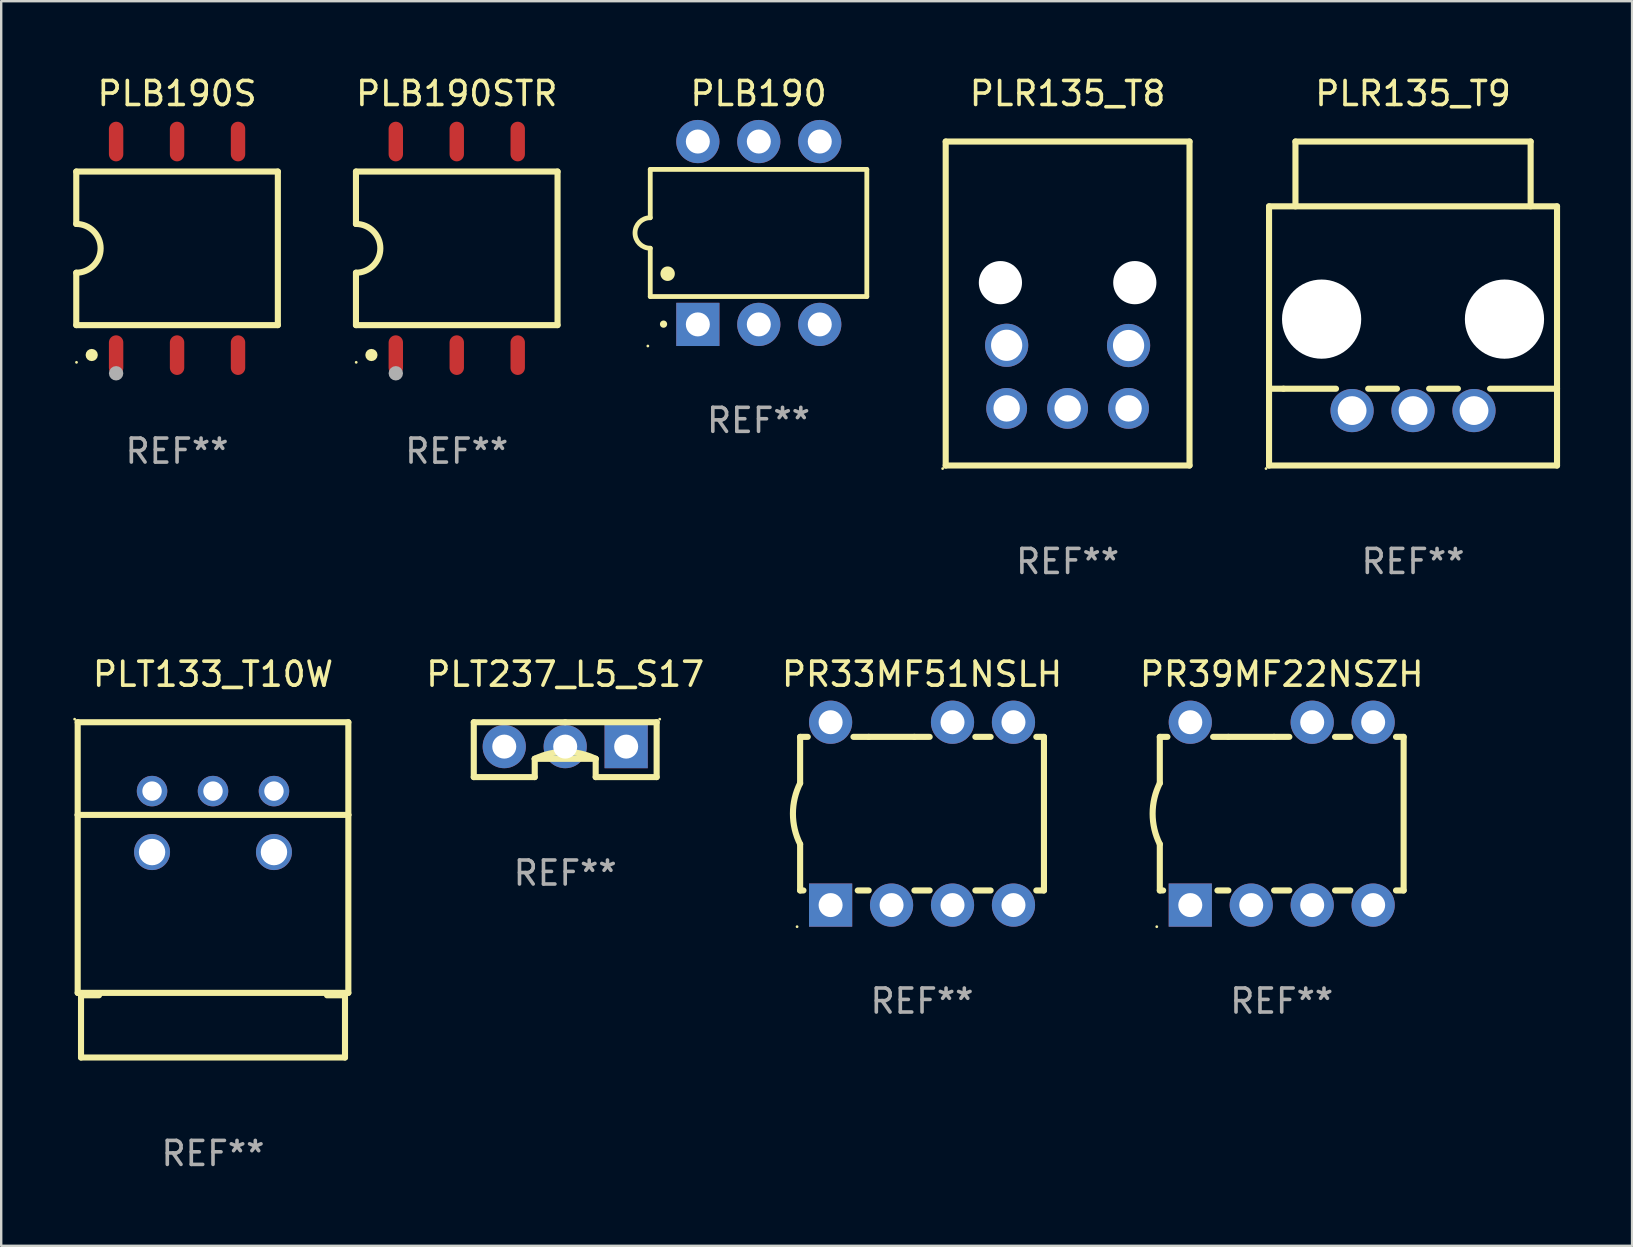
<source format=kicad_pcb>
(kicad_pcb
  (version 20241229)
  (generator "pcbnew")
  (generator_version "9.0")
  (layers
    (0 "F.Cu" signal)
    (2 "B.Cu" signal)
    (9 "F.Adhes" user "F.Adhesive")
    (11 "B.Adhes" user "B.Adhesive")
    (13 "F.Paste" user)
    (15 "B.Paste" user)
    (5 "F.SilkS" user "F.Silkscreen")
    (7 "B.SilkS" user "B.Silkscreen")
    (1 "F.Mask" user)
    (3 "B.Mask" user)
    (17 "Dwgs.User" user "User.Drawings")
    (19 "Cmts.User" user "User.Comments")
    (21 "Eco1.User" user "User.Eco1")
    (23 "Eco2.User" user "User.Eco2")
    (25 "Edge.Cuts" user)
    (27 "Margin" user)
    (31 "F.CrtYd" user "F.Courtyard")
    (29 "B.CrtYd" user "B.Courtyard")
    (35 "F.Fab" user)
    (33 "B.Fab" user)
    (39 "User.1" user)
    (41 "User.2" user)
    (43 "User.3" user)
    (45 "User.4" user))
  (footprint "PR33MF51NSLH"
    (layer "F.Cu")
    (at 35.371 30.855)
    (property "Reference" "PR33MF51NSLH" (at 0 -5.81 0) (layer "F.SilkS") (effects (font (size 1 1) (thickness 0.15))))
    (attr through_hole)
    (fp_line (start -5.08 -3.2) (end -4.762 -3.2) (stroke (width 0.254) (type solid)) (layer "F.SilkS"))
    (fp_line (start -5.08 -1.27) (end -5.08 -3.2) (stroke (width 0.254) (type solid)) (layer "F.SilkS"))
    (fp_line (start -5.08 3.2) (end -5.08 1.27) (stroke (width 0.254) (type solid)) (layer "F.SilkS"))
    (fp_line (start -5.08 3.2) (end -4.941 3.2) (stroke (width 0.254) (type solid)) (layer "F.SilkS"))
    (fp_line (start -2.858 -3.2) (end -2.222 -3.2) (stroke (width 0.254) (type solid)) (layer "F.SilkS"))
    (fp_line (start -2.679 3.2) (end -2.222 3.2) (stroke (width 0.254) (type solid)) (layer "F.SilkS"))
    (fp_line (start -2.222 -3.2) (end -0.318 -3.2) (stroke (width 0.254) (type solid)) (layer "F.SilkS"))
    (fp_line (start -0.318 -3.2) (end 0.318 -3.2) (stroke (width 0.254) (type solid)) (layer "F.SilkS"))
    (fp_line (start -0.318 3.2) (end 0.318 3.2) (stroke (width 0.254) (type solid)) (layer "F.SilkS"))
    (fp_line (start 2.222 -3.2) (end 2.858 -3.2) (stroke (width 0.254) (type solid)) (layer "F.SilkS"))
    (fp_line (start 2.222 3.2) (end 2.858 3.2) (stroke (width 0.254) (type solid)) (layer "F.SilkS"))
    (fp_line (start 4.762 -3.2) (end 5.08 -3.2) (stroke (width 0.254) (type solid)) (layer "F.SilkS"))
    (fp_line (start 4.762 3.2) (end 5.08 3.2) (stroke (width 0.254) (type solid)) (layer "F.SilkS"))
    (fp_line (start 5.08 3.2) (end 5.08 -3.2) (stroke (width 0.254) (type solid)) (layer "F.SilkS"))
    (fp_arc (start -5.080011 1.270002) (mid -5.379818 -0.000001) (end -5.08001 -1.270003) (stroke (width 0.254001) (type solid)) (layer "F.SilkS"))
    (fp_circle (center -5.207 4.71) (end -5.177 4.71) (stroke (width 0.06) (type solid)) (fill no) (layer "F.SilkS"))
    (fp_text user "REF**" (at 0 7.81 0) (layer "F.Fab") (effects (font (size 1 1) (thickness 0.15))))
    (pad "1" thru_hole rect (at -3.81 3.81) (size 1.8 1.8) (drill 1) (layers "*.Cu" "*.Mask"))
    (pad "2" thru_hole circle (at -1.27 3.81) (size 1.8 1.8) (drill 1) (layers "*.Cu" "*.Mask"))
    (pad "3" thru_hole circle (at 1.27 3.81) (size 1.8 1.8) (drill 1) (layers "*.Cu" "*.Mask"))
    (pad "4" thru_hole circle (at 3.81 3.81) (size 1.8 1.8) (drill 1) (layers "*.Cu" "*.Mask"))
    (pad "5" thru_hole circle (at 3.81 -3.81) (size 1.8 1.8) (drill 1) (layers "*.Cu" "*.Mask"))
    (pad "6" thru_hole circle (at 1.27 -3.81) (size 1.8 1.8) (drill 1) (layers "*.Cu" "*.Mask"))
    (pad "7" thru_hole circle (at -3.81 -3.81) (size 1.8 1.8) (drill 1) (layers "*.Cu" "*.Mask")))
  (footprint "PLR135_T8"
    (layer "F.Cu")
    (at 41.437 9.598)
    (property "Reference" "PLR135_T8" (at 0 -8.75 0) (layer "F.SilkS") (effects (font (size 1 1) (thickness 0.15))))
    (attr through_hole)
    (fp_line (start -5.08 -6.75) (end -5.08 6.75) (stroke (width 0.254) (type solid)) (layer "F.SilkS"))
    (fp_line (start -5.08 -6.75) (end 5.08 -6.75) (stroke (width 0.254) (type solid)) (layer "F.SilkS"))
    (fp_line (start 5.08 6.75) (end -5.08 6.75) (stroke (width 0.254) (type solid)) (layer "F.SilkS"))
    (fp_line (start 5.08 6.75) (end 5.08 -6.75) (stroke (width 0.254) (type solid)) (layer "F.SilkS"))
    (fp_circle (center -5.207 6.877) (end -5.177 6.877) (stroke (width 0.06) (type solid)) (fill no) (layer "F.SilkS"))
    (fp_text user "REF**" (at 0 10.75 0) (layer "F.Fab") (effects (font (size 1 1) (thickness 0.15))))
    (pad "" np_thru_hole circle (at -2.8 -0.87) (size 1.8 1.8) (drill 1.8) (layers "*.Cu" "*.Mask"))
    (pad "" np_thru_hole circle (at 2.8 -0.87) (size 1.8 1.8) (drill 1.8) (layers "*.Cu" "*.Mask"))
    (pad "1" thru_hole circle (at -2.54 4.37) (size 1.7 1.7) (drill 1.1) (layers "*.Cu" "*.Mask"))
    (pad "2" thru_hole circle (at 0 4.37) (size 1.7 1.7) (drill 1.1) (layers "*.Cu" "*.Mask"))
    (pad "3" thru_hole circle (at 2.54 4.37) (size 1.7 1.7) (drill 1.1) (layers "*.Cu" "*.Mask"))
    (pad "4" thru_hole circle (at 2.54 1.75) (size 1.8 1.8) (drill 1.3) (layers "*.Cu" "*.Mask"))
    (pad "5" thru_hole circle (at -2.54 1.74) (size 1.8 1.8) (drill 1.3) (layers "*.Cu" "*.Mask")))
  (footprint "PLB190"
    (layer "F.Cu")
    (at 28.558 6.658)
    (property "Reference" "PLB190" (at 0 -5.81 0) (layer "F.SilkS") (effects (font (size 1 1) (thickness 0.15))))
    (attr through_hole)
    (fp_line (start -4.512 -2.649) (end 4.512 -2.649) (stroke (width 0.2) (type solid)) (layer "F.SilkS"))
    (fp_line (start -4.512 -0.635) (end -4.512 -2.649) (stroke (width 0.2) (type solid)) (layer "F.SilkS"))
    (fp_line (start -4.512 2.649) (end -4.512 0.635) (stroke (width 0.2) (type solid)) (layer "F.SilkS"))
    (fp_line (start 4.512 -2.649) (end 4.512 2.649) (stroke (width 0.2) (type solid)) (layer "F.SilkS"))
    (fp_line (start 4.512 2.649) (end -4.512 2.649) (stroke (width 0.2) (type solid)) (layer "F.SilkS"))
    (fp_arc (start -4.512319 0.635001) (mid -5.14732 0) (end -4.512319 -0.635001) (stroke (width 0.2) (type solid)) (layer "F.SilkS"))
    (fp_arc (start -3.958598 3.799848) (mid -3.958603 3.798578) (end -3.958598 3.797308) (stroke (width 0.3) (type solid)) (layer "F.SilkS"))
    (fp_arc (start -3.788418 1.699263) (mid -3.788429 1.696723) (end -3.788418 1.694183) (stroke (width 0.6) (type solid)) (layer "F.SilkS"))
    (fp_circle (center -4.612 4.71) (end -4.582 4.71) (stroke (width 0.06) (type solid)) (fill no) (layer "F.SilkS"))
    (fp_text user "REF**" (at 0 7.81 0) (layer "F.Fab") (effects (font (size 1 1) (thickness 0.15))))
    (pad "1" thru_hole rect (at -2.529 3.81 90) (size 1.8 1.8) (drill 1) (layers "*.Cu" "*.Mask"))
    (pad "2" thru_hole circle (at 0.011 3.81) (size 1.8 1.8) (drill 1) (layers "*.Cu" "*.Mask"))
    (pad "3" thru_hole circle (at 2.551 3.81) (size 1.8 1.8) (drill 1) (layers "*.Cu" "*.Mask"))
    (pad "4" thru_hole circle (at 2.551 -3.81) (size 1.8 1.8) (drill 1) (layers "*.Cu" "*.Mask"))
    (pad "5" thru_hole circle (at 0.011 -3.81) (size 1.8 1.8) (drill 1) (layers "*.Cu" "*.Mask"))
    (pad "6" thru_hole circle (at -2.529 -3.81) (size 1.8 1.8) (drill 1) (layers "*.Cu" "*.Mask")))
  (footprint "PR39MF22NSZH"
    (layer "F.Cu")
    (at 50.359 30.855)
    (property "Reference" "PR39MF22NSZH" (at 0 -5.81 0) (layer "F.SilkS") (effects (font (size 1 1) (thickness 0.15))))
    (attr through_hole)
    (fp_line (start -5.08 -3.2) (end -4.762 -3.2) (stroke (width 0.254) (type solid)) (layer "F.SilkS"))
    (fp_line (start -5.08 -1.27) (end -5.08 -3.2) (stroke (width 0.254) (type solid)) (layer "F.SilkS"))
    (fp_line (start -5.08 3.2) (end -5.08 1.27) (stroke (width 0.254) (type solid)) (layer "F.SilkS"))
    (fp_line (start -5.08 3.2) (end -4.941 3.2) (stroke (width 0.254) (type solid)) (layer "F.SilkS"))
    (fp_line (start -2.858 -3.2) (end -2.222 -3.2) (stroke (width 0.254) (type solid)) (layer "F.SilkS"))
    (fp_line (start -2.679 3.2) (end -2.222 3.2) (stroke (width 0.254) (type solid)) (layer "F.SilkS"))
    (fp_line (start -2.222 -3.2) (end -0.318 -3.2) (stroke (width 0.254) (type solid)) (layer "F.SilkS"))
    (fp_line (start -0.318 -3.2) (end 0.318 -3.2) (stroke (width 0.254) (type solid)) (layer "F.SilkS"))
    (fp_line (start -0.318 3.2) (end 0.318 3.2) (stroke (width 0.254) (type solid)) (layer "F.SilkS"))
    (fp_line (start 2.222 -3.2) (end 2.858 -3.2) (stroke (width 0.254) (type solid)) (layer "F.SilkS"))
    (fp_line (start 2.222 3.2) (end 2.858 3.2) (stroke (width 0.254) (type solid)) (layer "F.SilkS"))
    (fp_line (start 4.762 -3.2) (end 5.08 -3.2) (stroke (width 0.254) (type solid)) (layer "F.SilkS"))
    (fp_line (start 4.762 3.2) (end 5.08 3.2) (stroke (width 0.254) (type solid)) (layer "F.SilkS"))
    (fp_line (start 5.08 3.2) (end 5.08 -3.2) (stroke (width 0.254) (type solid)) (layer "F.SilkS"))
    (fp_arc (start -5.080011 1.270002) (mid -5.379818 -0.000001) (end -5.08001 -1.270003) (stroke (width 0.254001) (type solid)) (layer "F.SilkS"))
    (fp_circle (center -5.207 4.71) (end -5.177 4.71) (stroke (width 0.06) (type solid)) (fill no) (layer "F.SilkS"))
    (fp_text user "REF**" (at 0 7.81 0) (layer "F.Fab") (effects (font (size 1 1) (thickness 0.15))))
    (pad "1" thru_hole rect (at -3.81 3.81) (size 1.8 1.8) (drill 1) (layers "*.Cu" "*.Mask"))
    (pad "2" thru_hole circle (at -1.27 3.81) (size 1.8 1.8) (drill 1) (layers "*.Cu" "*.Mask"))
    (pad "3" thru_hole circle (at 1.27 3.81) (size 1.8 1.8) (drill 1) (layers "*.Cu" "*.Mask"))
    (pad "4" thru_hole circle (at 3.81 3.81) (size 1.8 1.8) (drill 1) (layers "*.Cu" "*.Mask"))
    (pad "5" thru_hole circle (at 3.81 -3.81) (size 1.8 1.8) (drill 1) (layers "*.Cu" "*.Mask"))
    (pad "6" thru_hole circle (at 1.27 -3.81) (size 1.8 1.8) (drill 1) (layers "*.Cu" "*.Mask"))
    (pad "8" thru_hole circle (at -3.81 -3.81) (size 1.8 1.8) (drill 1) (layers "*.Cu" "*.Mask")))
  (footprint "PLB190S"
    (layer "F.Cu")
    (at 4.328 7.298)
    (property "Reference" "PLB190S" (at 0 -6.45 0) (layer "F.SilkS") (effects (font (size 1 1) (thickness 0.15))))
    (attr through_hole)
    (fp_line (start -4.2 -3.2) (end -4.2 -1.016) (stroke (width 0.254) (type solid)) (layer "F.SilkS"))
    (fp_line (start -4.2 -3.2) (end 4.2 -3.2) (stroke (width 0.254) (type solid)) (layer "F.SilkS"))
    (fp_line (start -4.2 3.2) (end -4.2 1.016) (stroke (width 0.254) (type solid)) (layer "F.SilkS"))
    (fp_line (start 4.2 -3.2) (end 4.2 3.2) (stroke (width 0.254) (type solid)) (layer "F.SilkS"))
    (fp_line (start 4.2 3.2) (end -4.2 3.2) (stroke (width 0.254) (type solid)) (layer "F.SilkS"))
    (fp_arc (start -4.201169 -1.016003) (mid -3.185166 -0.000585) (end -4.2 1.016002) (stroke (width 0.254001) (type solid)) (layer "F.SilkS"))
    (fp_circle (center -4.19 4.75) (end -4.16 4.75) (stroke (width 0.06) (type solid)) (fill no) (layer "F.SilkS"))
    (fp_circle (center -3.556 4.445) (end -3.429 4.445) (stroke (width 0.254) (type solid)) (fill no) (layer "F.SilkS"))
    (fp_circle (center -2.54 5.207) (end -2.39 5.207) (stroke (width 0.3) (type solid)) (fill no) (layer "F.Fab"))
    (fp_text user "REF**" (at 0 8.45 0) (layer "F.Fab") (effects (font (size 1 1) (thickness 0.15))))
    (pad "1" smd oval (at -2.54 4.45 90) (size 1.65 0.6) (layers "F.Cu" "F.Mask" "F.Paste"))
    (pad "2" smd oval (at 0 4.45 90) (size 1.65 0.6) (layers "F.Cu" "F.Mask" "F.Paste"))
    (pad "3" smd oval (at 2.54 4.45 90) (size 1.65 0.6) (layers "F.Cu" "F.Mask" "F.Paste"))
    (pad "4" smd oval (at 2.54 -4.45 90) (size 1.65 0.6) (layers "F.Cu" "F.Mask" "F.Paste"))
    (pad "5" smd oval (at 0 -4.45 90) (size 1.65 0.6) (layers "F.Cu" "F.Mask" "F.Paste"))
    (pad "6" smd oval (at -2.54 -4.45 90) (size 1.65 0.6) (layers "F.Cu" "F.Mask" "F.Paste")))
  (footprint "PLT133_T10W"
    (layer "F.Cu")
    (at 5.826 34.03)
    (property "Reference" "PLT133_T10W" (at 0 -8.985 0) (layer "F.SilkS") (effects (font (size 1 1) (thickness 0.15))))
    (attr through_hole)
    (fp_line (start -5.639 -6.985) (end 5.639 -6.985) (stroke (width 0.254) (type solid)) (layer "F.SilkS"))
    (fp_line (start -5.639 -3.124) (end -5.639 -6.985) (stroke (width 0.254) (type solid)) (layer "F.SilkS"))
    (fp_line (start -5.639 -3.124) (end 5.639 -3.124) (stroke (width 0.254) (type solid)) (layer "F.SilkS"))
    (fp_line (start -5.639 4.293) (end -5.639 -3.124) (stroke (width 0.254) (type solid)) (layer "F.SilkS"))
    (fp_line (start -5.5 4.394) (end -4.75 4.394) (stroke (width 0.254) (type solid)) (layer "F.SilkS"))
    (fp_line (start -5.5 6.985) (end -5.5 4.394) (stroke (width 0.254) (type solid)) (layer "F.SilkS"))
    (fp_line (start 4.75 4.394) (end 5.5 4.394) (stroke (width 0.254) (type solid)) (layer "F.SilkS"))
    (fp_line (start 5.5 4.394) (end 5.5 6.985) (stroke (width 0.254) (type solid)) (layer "F.SilkS"))
    (fp_line (start 5.5 6.985) (end -5.5 6.985) (stroke (width 0.254) (type solid)) (layer "F.SilkS"))
    (fp_line (start 5.639 -6.985) (end 5.639 -3.124) (stroke (width 0.254) (type solid)) (layer "F.SilkS"))
    (fp_line (start 5.639 -3.124) (end 5.639 4.293) (stroke (width 0.254) (type solid)) (layer "F.SilkS"))
    (fp_line (start 5.639 4.293) (end -5.639 4.293) (stroke (width 0.254) (type solid)) (layer "F.SilkS"))
    (fp_circle (center -5.766 -7.112) (end -5.736 -7.112) (stroke (width 0.06) (type solid)) (fill no) (layer "F.SilkS"))
    (fp_text user "REF**" (at 0 10.985 0) (layer "F.Fab") (effects (font (size 1 1) (thickness 0.15))))
    (pad "1" thru_hole circle (at -2.54 -4.115) (size 1.27 1.27) (drill 0.81) (layers "*.Cu" "*.Mask"))
    (pad "2" thru_hole circle (at 0 -4.115) (size 1.27 1.27) (drill 0.81) (layers "*.Cu" "*.Mask"))
    (pad "3" thru_hole circle (at 2.54 -4.115) (size 1.27 1.27) (drill 0.81) (layers "*.Cu" "*.Mask"))
    (pad "4" thru_hole circle (at -2.54 -1.575) (size 1.5 1.5) (drill 1.1) (layers "*.Cu" "*.Mask"))
    (pad "5" thru_hole circle (at 2.54 -1.575) (size 1.5 1.5) (drill 1.1) (layers "*.Cu" "*.Mask")))
  (footprint "PLT237_L5_S17"
    (layer "F.Cu")
    (at 20.502 28.188)
    (property "Reference" "PLT237_L5_S17" (at 0 -3.143 0) (layer "F.SilkS") (effects (font (size 1 1) (thickness 0.15))))
    (attr through_hole)
    (fp_line (start -3.81 -1.143) (end -3.81 1.143) (stroke (width 0.254) (type solid)) (layer "F.SilkS"))
    (fp_line (start -1.27 0.381) (end -1.27 1.143) (stroke (width 0.254) (type solid)) (layer "F.SilkS"))
    (fp_line (start -1.27 0.381) (end 1.27 0.381) (stroke (width 0.254) (type solid)) (layer "F.SilkS"))
    (fp_line (start -1.27 1.143) (end -3.81 1.143) (stroke (width 0.254) (type solid)) (layer "F.SilkS"))
    (fp_line (start 0 -1.143) (end -3.81 -1.143) (stroke (width 0.254) (type solid)) (layer "F.SilkS"))
    (fp_line (start 0 -1.143) (end 3.81 -1.143) (stroke (width 0.254) (type solid)) (layer "F.SilkS"))
    (fp_line (start 1.27 0.381) (end 1.27 1.143) (stroke (width 0.254) (type solid)) (layer "F.SilkS"))
    (fp_line (start 3.81 -1.143) (end 3.81 1.143) (stroke (width 0.254) (type solid)) (layer "F.SilkS"))
    (fp_line (start 3.81 1.143) (end 1.27 1.143) (stroke (width 0.254) (type solid)) (layer "F.SilkS"))
    (fp_arc (start -1.270003 0.381001) (mid 0 0.091196) (end 1.270002 0.381001) (stroke (width 0.254001) (type solid)) (layer "F.SilkS"))
    (fp_circle (center 3.937 -1.27) (end 3.967 -1.27) (stroke (width 0.06) (type solid)) (fill no) (layer "F.SilkS"))
    (fp_text user "REF**" (at 0 5.143 0) (layer "F.Fab") (effects (font (size 1 1) (thickness 0.15))))
    (pad "1" thru_hole rect (at 2.54 -0.127) (size 1.8 1.8) (drill 1) (layers "*.Cu" "*.Mask"))
    (pad "2" thru_hole circle (at 0 -0.127) (size 1.8 1.8) (drill 1) (layers "*.Cu" "*.Mask"))
    (pad "3" thru_hole circle (at -2.54 -0.127) (size 1.8 1.8) (drill 1) (layers "*.Cu" "*.Mask")))
  (footprint "PLR135_T9"
    (layer "F.Cu")
    (at 55.831 9.598)
    (property "Reference" "PLR135_T9" (at 0 -8.75 0) (layer "F.SilkS") (effects (font (size 1 1) (thickness 0.15))))
    (attr through_hole)
    (fp_line (start -6 -4.05) (end -6 6.75) (stroke (width 0.254) (type solid)) (layer "F.SilkS"))
    (fp_line (start -6 -4.05) (end 6 -4.05) (stroke (width 0.254) (type solid)) (layer "F.SilkS"))
    (fp_line (start -6 6.75) (end 6 6.75) (stroke (width 0.254) (type solid)) (layer "F.SilkS"))
    (fp_line (start -5.398 3.55) (end -6 3.55) (stroke (width 0.254) (type solid)) (layer "F.SilkS"))
    (fp_line (start -5.398 3.55) (end -3.21 3.55) (stroke (width 0.254) (type solid)) (layer "F.SilkS"))
    (fp_line (start -4.9 -6.75) (end -4.9 -4.05) (stroke (width 0.254) (type solid)) (layer "F.SilkS"))
    (fp_line (start -4.9 -6.75) (end 4.9 -6.75) (stroke (width 0.254) (type solid)) (layer "F.SilkS"))
    (fp_line (start -1.87 3.55) (end -0.67 3.55) (stroke (width 0.254) (type solid)) (layer "F.SilkS"))
    (fp_line (start 0.67 3.55) (end 1.87 3.55) (stroke (width 0.254) (type solid)) (layer "F.SilkS"))
    (fp_line (start 3.21 3.55) (end 6 3.55) (stroke (width 0.254) (type solid)) (layer "F.SilkS"))
    (fp_line (start 4.9 -6.75) (end 4.9 -4.05) (stroke (width 0.254) (type solid)) (layer "F.SilkS"))
    (fp_line (start 6 -4.05) (end 6 6.75) (stroke (width 0.254) (type solid)) (layer "F.SilkS"))
    (fp_circle (center -6.127 6.877) (end -6.097 6.877) (stroke (width 0.06) (type solid)) (fill no) (layer "F.SilkS"))
    (fp_text user "REF**" (at 0 10.75 0) (layer "F.Fab") (effects (font (size 1 1) (thickness 0.15))))
    (pad "" np_thru_hole circle (at -3.81 0.65) (size 3.3 3.3) (drill 3.3) (layers "*.Cu" "*.Mask"))
    (pad "" np_thru_hole circle (at 3.81 0.65) (size 3.3 3.3) (drill 3.3) (layers "*.Cu" "*.Mask"))
    (pad "1" thru_hole circle (at -2.54 4.46) (size 1.8 1.8) (drill 1.2) (layers "*.Cu" "*.Mask"))
    (pad "2" thru_hole circle (at 0 4.46) (size 1.8 1.8) (drill 1.2) (layers "*.Cu" "*.Mask"))
    (pad "3" thru_hole circle (at 2.54 4.46) (size 1.8 1.8) (drill 1.2) (layers "*.Cu" "*.Mask")))
  (footprint "PLB190STR"
    (layer "F.Cu")
    (at 15.983 7.298)
    (property "Reference" "PLB190STR" (at 0 -6.45 0) (layer "F.SilkS") (effects (font (size 1 1) (thickness 0.15))))
    (attr through_hole)
    (fp_line (start -4.2 -3.2) (end -4.2 -1.016) (stroke (width 0.254) (type solid)) (layer "F.SilkS"))
    (fp_line (start -4.2 -3.2) (end 4.2 -3.2) (stroke (width 0.254) (type solid)) (layer "F.SilkS"))
    (fp_line (start -4.2 3.2) (end -4.2 1.016) (stroke (width 0.254) (type solid)) (layer "F.SilkS"))
    (fp_line (start 4.2 -3.2) (end 4.2 3.2) (stroke (width 0.254) (type solid)) (layer "F.SilkS"))
    (fp_line (start 4.2 3.2) (end -4.2 3.2) (stroke (width 0.254) (type solid)) (layer "F.SilkS"))
    (fp_arc (start -4.201169 -1.016003) (mid -3.185166 -0.000585) (end -4.2 1.016002) (stroke (width 0.254001) (type solid)) (layer "F.SilkS"))
    (fp_circle (center -4.19 4.75) (end -4.16 4.75) (stroke (width 0.06) (type solid)) (fill no) (layer "F.SilkS"))
    (fp_circle (center -3.556 4.445) (end -3.429 4.445) (stroke (width 0.254) (type solid)) (fill no) (layer "F.SilkS"))
    (fp_circle (center -2.54 5.207) (end -2.39 5.207) (stroke (width 0.3) (type solid)) (fill no) (layer "F.Fab"))
    (fp_text user "REF**" (at 0 8.45 0) (layer "F.Fab") (effects (font (size 1 1) (thickness 0.15))))
    (pad "1" smd oval (at -2.54 4.45 90) (size 1.65 0.6) (layers "F.Cu" "F.Mask" "F.Paste"))
    (pad "2" smd oval (at 0 4.45 90) (size 1.65 0.6) (layers "F.Cu" "F.Mask" "F.Paste"))
    (pad "3" smd oval (at 2.54 4.45 90) (size 1.65 0.6) (layers "F.Cu" "F.Mask" "F.Paste"))
    (pad "4" smd oval (at 2.54 -4.45 90) (size 1.65 0.6) (layers "F.Cu" "F.Mask" "F.Paste"))
    (pad "5" smd oval (at 0 -4.45 90) (size 1.65 0.6) (layers "F.Cu" "F.Mask" "F.Paste"))
    (pad "6" smd oval (at -2.54 -4.45 90) (size 1.65 0.6) (layers "F.Cu" "F.Mask" "F.Paste")))
  (gr_rect
    (start -3 -3)
    (end 64.958 48.863)
    (stroke (width 0.1) (type default))
    (fill no)
    (layer "Edge.Cuts")))
</source>
